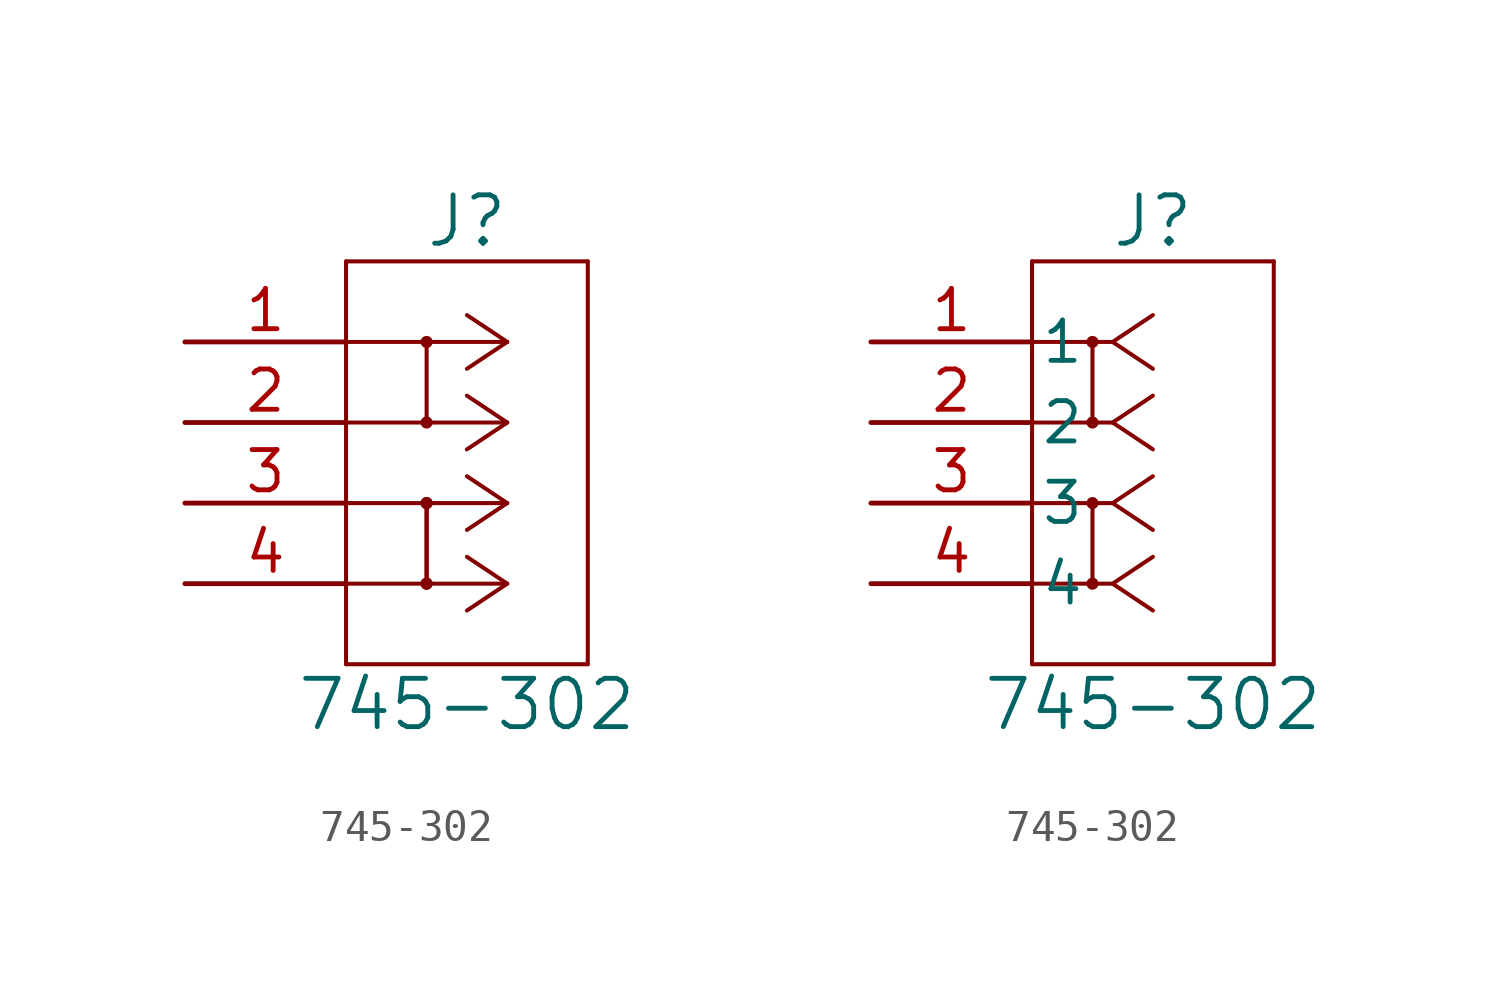
<source format=kicad_sym>
(kicad_symbol_lib
  (version 20231120)
  (generator "kicad_symbol_editor")
  (generator_version "8.0")
  (symbol "745-302"
    (pin_names
      (offset 0.254))
    (property "Reference" "J"
      (at 8.89 3.81 0)
      (effects (font (size 1.524 1.524))))
    (property "Value" "745-302"
      (at 8.89 -11.43 0)
      (effects (font (size 1.524 1.524))))
    (symbol "745-302_1_1"
      (polyline (pts (xy 5.08 -10.16) (xy 12.7 -10.16)) (stroke (width 0.127) (type default)) (fill (type none)))
      (polyline (pts (xy 5.08 2.54) (xy 5.08 -10.16)) (stroke (width 0.127) (type default)) (fill (type none)))
      (polyline (pts (xy 7.62 -5.08) (xy 7.62 -7.62)) (stroke (width 0.127) (type default)) (fill (type none)))
      (polyline (pts (xy 7.62 -5.08) (xy 7.62 -7.62)) (stroke (width 0.127) (type default)) (fill (type none)))
      (polyline (pts (xy 7.62 0) (xy 7.62 -2.54)) (stroke (width 0.127) (type default)) (fill (type none)))
      (polyline (pts (xy 10.16 -7.62) (xy 5.08 -7.62)) (stroke (width 0.127) (type default)) (fill (type none)))
      (polyline (pts (xy 10.16 -7.62) (xy 8.89 -8.467)) (stroke (width 0.127) (type default)) (fill (type none)))
      (polyline (pts (xy 10.16 -7.62) (xy 8.89 -6.773)) (stroke (width 0.127) (type default)) (fill (type none)))
      (polyline (pts (xy 10.16 -5.08) (xy 5.08 -5.08)) (stroke (width 0.127) (type default)) (fill (type none)))
      (polyline (pts (xy 10.16 -5.08) (xy 8.89 -5.927)) (stroke (width 0.127) (type default)) (fill (type none)))
      (polyline (pts (xy 10.16 -5.08) (xy 8.89 -4.233)) (stroke (width 0.127) (type default)) (fill (type none)))
      (polyline (pts (xy 10.16 -2.54) (xy 5.08 -2.54)) (stroke (width 0.127) (type default)) (fill (type none)))
      (polyline (pts (xy 10.16 -2.54) (xy 8.89 -3.387)) (stroke (width 0.127) (type default)) (fill (type none)))
      (polyline (pts (xy 10.16 -2.54) (xy 8.89 -1.693)) (stroke (width 0.127) (type default)) (fill (type none)))
      (polyline (pts (xy 10.16 0) (xy 5.08 0)) (stroke (width 0.127) (type default)) (fill (type none)))
      (polyline (pts (xy 10.16 0) (xy 8.89 -0.847)) (stroke (width 0.127) (type default)) (fill (type none)))
      (polyline (pts (xy 10.16 0) (xy 8.89 0.847)) (stroke (width 0.127) (type default)) (fill (type none)))
      (polyline (pts (xy 12.7 -10.16) (xy 12.7 2.54)) (stroke (width 0.127) (type default)) (fill (type none)))
      (polyline (pts (xy 12.7 2.54) (xy 5.08 2.54)) (stroke (width 0.127) (type default)) (fill (type none)))
      (circle (center 7.62 -7.62) (radius 0.127) (stroke (width 0.127) (type default)) (fill (type none)))
      (circle (center 7.62 -7.62) (radius 0.127) (stroke (width 0.127) (type default)) (fill (type none)))
      (circle (center 7.62 -5.08) (radius 0.127) (stroke (width 0.127) (type default)) (fill (type none)))
      (circle (center 7.62 -5.08) (radius 0.127) (stroke (width 0.127) (type default)) (fill (type none)))
      (circle (center 7.62 -2.54) (radius 0.127) (stroke (width 0.127) (type default)) (fill (type none)))
      (circle (center 7.62 0) (radius 0.127) (stroke (width 0.127) (type default)) (fill (type none)))
      (pin passive line (at 0 0 0) (length 5.08) (name "~" (effects (font (size 1.27 1.27)))) (number "1" (effects (font (size 1.27 1.27)))))
      (pin passive line (at 0 -2.54 0) (length 5.08) (name "~" (effects (font (size 1.27 1.27)))) (number "2" (effects (font (size 1.27 1.27)))))
      (pin passive line (at 0 -5.08 0) (length 5.08) (name "~" (effects (font (size 1.27 1.27)))) (number "3" (effects (font (size 1.27 1.27)))))
      (pin passive line (at 0 -7.62 0) (length 5.08) (name "~" (effects (font (size 1.27 1.27)))) (number "4" (effects (font (size 1.27 1.27))))))
    (symbol "745-302_1_2"
      (polyline (pts (xy 5.08 -10.16) (xy 12.7 -10.16)) (stroke (width 0.127) (type default)) (fill (type none)))
      (polyline (pts (xy 5.08 2.54) (xy 5.08 -10.16)) (stroke (width 0.127) (type default)) (fill (type none)))
      (polyline (pts (xy 6.985 -5.08) (xy 6.985 -7.62)) (stroke (width 0.127) (type default)) (fill (type none)))
      (polyline (pts (xy 6.985 0) (xy 6.985 -2.54)) (stroke (width 0.127) (type default)) (fill (type none)))
      (polyline (pts (xy 7.62 -7.62) (xy 5.08 -7.62)) (stroke (width 0.127) (type default)) (fill (type none)))
      (polyline (pts (xy 7.62 -7.62) (xy 8.89 -8.467)) (stroke (width 0.127) (type default)) (fill (type none)))
      (polyline (pts (xy 7.62 -7.62) (xy 8.89 -6.773)) (stroke (width 0.127) (type default)) (fill (type none)))
      (polyline (pts (xy 7.62 -5.08) (xy 5.08 -5.08)) (stroke (width 0.127) (type default)) (fill (type none)))
      (polyline (pts (xy 7.62 -5.08) (xy 8.89 -5.927)) (stroke (width 0.127) (type default)) (fill (type none)))
      (polyline (pts (xy 7.62 -5.08) (xy 8.89 -4.233)) (stroke (width 0.127) (type default)) (fill (type none)))
      (polyline (pts (xy 7.62 -2.54) (xy 5.08 -2.54)) (stroke (width 0.127) (type default)) (fill (type none)))
      (polyline (pts (xy 7.62 -2.54) (xy 8.89 -3.387)) (stroke (width 0.127) (type default)) (fill (type none)))
      (polyline (pts (xy 7.62 -2.54) (xy 8.89 -1.693)) (stroke (width 0.127) (type default)) (fill (type none)))
      (polyline (pts (xy 7.62 0) (xy 5.08 0)) (stroke (width 0.127) (type default)) (fill (type none)))
      (polyline (pts (xy 7.62 0) (xy 8.89 -0.847)) (stroke (width 0.127) (type default)) (fill (type none)))
      (polyline (pts (xy 7.62 0) (xy 8.89 0.847)) (stroke (width 0.127) (type default)) (fill (type none)))
      (polyline (pts (xy 12.7 -10.16) (xy 12.7 2.54)) (stroke (width 0.127) (type default)) (fill (type none)))
      (polyline (pts (xy 12.7 2.54) (xy 5.08 2.54)) (stroke (width 0.127) (type default)) (fill (type none)))
      (circle (center 6.985 -7.62) (radius 0.127) (stroke (width 0.127) (type default)) (fill (type none)))
      (circle (center 6.985 -5.08) (radius 0.127) (stroke (width 0.127) (type default)) (fill (type none)))
      (circle (center 6.985 -2.54) (radius 0.127) (stroke (width 0.127) (type default)) (fill (type none)))
      (circle (center 6.985 0) (radius 0.127) (stroke (width 0.127) (type default)) (fill (type none)))
      (pin unspecified line (at 0 0 0) (length 5.08) (name "1" (effects (font (size 1.27 1.27)))) (number "1" (effects (font (size 1.27 1.27)))))
      (pin unspecified line (at 0 -2.54 0) (length 5.08) (name "2" (effects (font (size 1.27 1.27)))) (number "2" (effects (font (size 1.27 1.27)))))
      (pin unspecified line (at 0 -5.08 0) (length 5.08) (name "3" (effects (font (size 1.27 1.27)))) (number "3" (effects (font (size 1.27 1.27)))))
      (pin unspecified line (at 0 -7.62 0) (length 5.08) (name "4" (effects (font (size 1.27 1.27)))) (number "4" (effects (font (size 1.27 1.27))))))))
</source>
